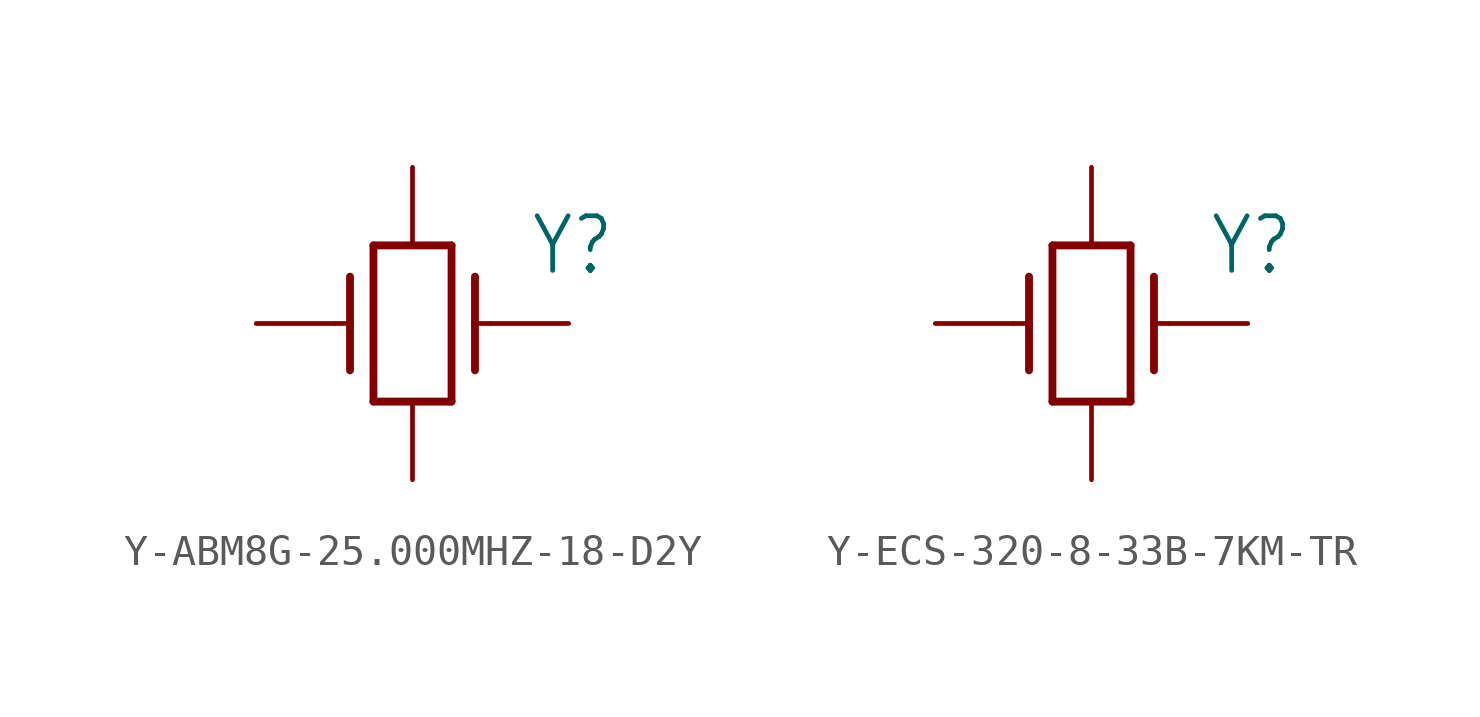
<source format=kicad_sym>
(kicad_symbol_lib
  (version 20231120)
  (generator "kicad_symbol_editor")
  (generator_version "8.0")
  (symbol "Y-ABM8G-25.000MHZ-18-D2Y"
    (property "Reference" "Y"
      (at 3.81 2.54 0)
      (effects (font (size 1.778 1.511)) (justify left)))
    (property "Value" ""
      (at 3.81 -2.54 0)
      (effects (font (size 1.778 1.511)) (justify left)))
    (property "ki_locked" ""
      (at 0 0 0)
      (effects (font (size 1.27 1.27))))
    (symbol "Y-ABM8G-25.000MHZ-18-D2Y_1_0"
      (polyline (pts (xy -2.54 0) (xy -2.032 0)) (stroke (width 0.152) (type solid)) (fill (type none)))
      (polyline (pts (xy -2.032 0) (xy -2.032 -1.524)) (stroke (width 0.254) (type solid)) (fill (type none)))
      (polyline (pts (xy -2.032 1.524) (xy -2.032 0)) (stroke (width 0.254) (type solid)) (fill (type none)))
      (polyline (pts (xy -1.27 -2.54) (xy 1.27 -2.54)) (stroke (width 0.254) (type solid)) (fill (type none)))
      (polyline (pts (xy -1.27 2.54) (xy -1.27 -2.54)) (stroke (width 0.254) (type solid)) (fill (type none)))
      (polyline (pts (xy 1.27 2.54) (xy -1.27 2.54)) (stroke (width 0.254) (type solid)) (fill (type none)))
      (polyline (pts (xy 1.27 2.54) (xy 1.27 -2.54)) (stroke (width 0.254) (type solid)) (fill (type none)))
      (polyline (pts (xy 2.032 0) (xy 2.032 -1.524)) (stroke (width 0.254) (type solid)) (fill (type none)))
      (polyline (pts (xy 2.032 1.524) (xy 2.032 0)) (stroke (width 0.254) (type solid)) (fill (type none)))
      (polyline (pts (xy 2.54 0) (xy 2.032 0)) (stroke (width 0.152) (type solid)) (fill (type none)))
      (pin passive line (at -5.08 0 0) (length 2.54) (name "Y1" (effects (font (size 0 0)))) (number "1" (effects (font (size 0 0)))))
      (pin passive line (at 0 5.08 270) (length 2.54) (name "GND1" (effects (font (size 0 0)))) (number "2" (effects (font (size 0 0)))))
      (pin passive line (at 5.08 0 180) (length 2.54) (name "Y2" (effects (font (size 0 0)))) (number "3" (effects (font (size 0 0)))))
      (pin passive line (at 0 -5.08 90) (length 2.54) (name "GND2" (effects (font (size 0 0)))) (number "4" (effects (font (size 0 0)))))))
  (symbol "Y-ECS-320-8-33B-7KM-TR"
    (property "Reference" "Y"
      (at 3.81 2.54 0)
      (effects (font (size 1.778 1.511)) (justify left)))
    (property "Value" ""
      (at 3.81 -2.54 0)
      (effects (font (size 1.778 1.511)) (justify left)))
    (property "ki_locked" ""
      (at 0 0 0)
      (effects (font (size 1.27 1.27))))
    (symbol "Y-ECS-320-8-33B-7KM-TR_1_0"
      (polyline (pts (xy -2.54 0) (xy -2.032 0)) (stroke (width 0.152) (type solid)) (fill (type none)))
      (polyline (pts (xy -2.032 0) (xy -2.032 -1.524)) (stroke (width 0.254) (type solid)) (fill (type none)))
      (polyline (pts (xy -2.032 1.524) (xy -2.032 0)) (stroke (width 0.254) (type solid)) (fill (type none)))
      (polyline (pts (xy -1.27 -2.54) (xy 1.27 -2.54)) (stroke (width 0.254) (type solid)) (fill (type none)))
      (polyline (pts (xy -1.27 2.54) (xy -1.27 -2.54)) (stroke (width 0.254) (type solid)) (fill (type none)))
      (polyline (pts (xy 1.27 2.54) (xy -1.27 2.54)) (stroke (width 0.254) (type solid)) (fill (type none)))
      (polyline (pts (xy 1.27 2.54) (xy 1.27 -2.54)) (stroke (width 0.254) (type solid)) (fill (type none)))
      (polyline (pts (xy 2.032 0) (xy 2.032 -1.524)) (stroke (width 0.254) (type solid)) (fill (type none)))
      (polyline (pts (xy 2.032 1.524) (xy 2.032 0)) (stroke (width 0.254) (type solid)) (fill (type none)))
      (polyline (pts (xy 2.54 0) (xy 2.032 0)) (stroke (width 0.152) (type solid)) (fill (type none)))
      (pin passive line (at -5.08 0 0) (length 2.54) (name "Y1" (effects (font (size 0 0)))) (number "1" (effects (font (size 0 0)))))
      (pin passive line (at 0 5.08 270) (length 2.54) (name "GND1" (effects (font (size 0 0)))) (number "2" (effects (font (size 0 0)))))
      (pin passive line (at 5.08 0 180) (length 2.54) (name "Y2" (effects (font (size 0 0)))) (number "3" (effects (font (size 0 0)))))
      (pin passive line (at 0 -5.08 90) (length 2.54) (name "GND2" (effects (font (size 0 0)))) (number "4" (effects (font (size 0 0))))))))
</source>
